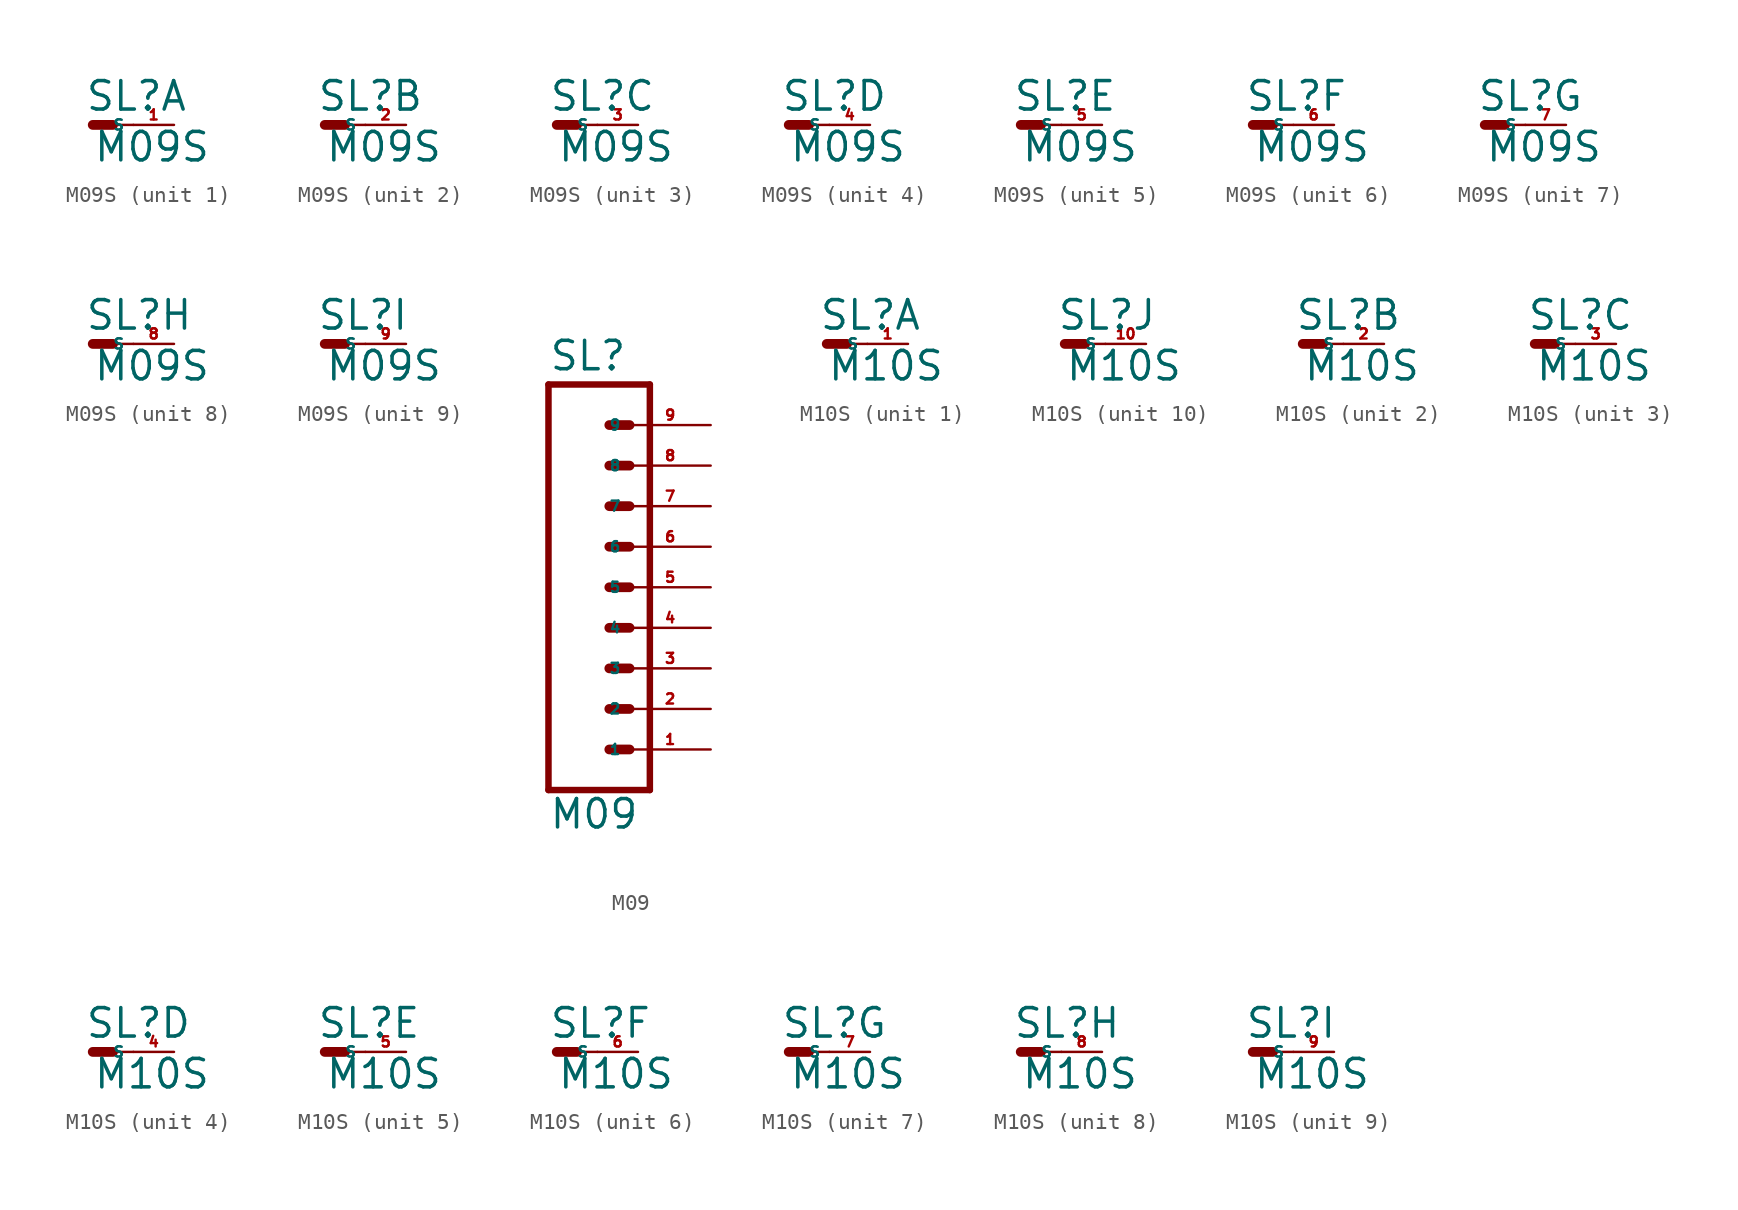
<source format=kicad_sym>
(kicad_symbol_lib
  (version 20220914)
  (generator Eagle2Kicad)
  (symbol "M09S"
    (property "Reference" "SL"
      (at -0.508 0.762 0)
      (effects (font (size 1.778 1.778) (thickness 0.22)) (justify left bottom)))
    (property "Value" "M09S"
      (at 0 -2.413 0)
      (effects (font (size 1.778 1.778) (thickness 0.22)) (justify left bottom)))
    (symbol "M09S_1_0"
      (polyline (pts (xy 0 0) (xy 1.27 0)) (stroke (width 0.61) (type default)) (fill (type none)))
      (polyline (pts (xy 1.27 0) (xy 2.54 0)) (stroke (width 0.152) (type default)) (fill (type none)))
      (pin passive line (at 5.08 0 180) (length 2.54) (name "S" (effects (font (size 0.635 0.635) (thickness 0.08)) (justify left bottom))) (number "1" (effects (font (size 0.635 0.635) (thickness 0.08)) (justify left bottom)))))
    (symbol "M09S_2_0"
      (polyline (pts (xy 0 0) (xy 1.27 0)) (stroke (width 0.61) (type default)) (fill (type none)))
      (polyline (pts (xy 1.27 0) (xy 2.54 0)) (stroke (width 0.152) (type default)) (fill (type none)))
      (pin passive line (at 5.08 0 180) (length 2.54) (name "S" (effects (font (size 0.635 0.635) (thickness 0.08)) (justify left bottom))) (number "2" (effects (font (size 0.635 0.635) (thickness 0.08)) (justify left bottom)))))
    (symbol "M09S_3_0"
      (polyline (pts (xy 0 0) (xy 1.27 0)) (stroke (width 0.61) (type default)) (fill (type none)))
      (polyline (pts (xy 1.27 0) (xy 2.54 0)) (stroke (width 0.152) (type default)) (fill (type none)))
      (pin passive line (at 5.08 0 180) (length 2.54) (name "S" (effects (font (size 0.635 0.635) (thickness 0.08)) (justify left bottom))) (number "3" (effects (font (size 0.635 0.635) (thickness 0.08)) (justify left bottom)))))
    (symbol "M09S_4_0"
      (polyline (pts (xy 0 0) (xy 1.27 0)) (stroke (width 0.61) (type default)) (fill (type none)))
      (polyline (pts (xy 1.27 0) (xy 2.54 0)) (stroke (width 0.152) (type default)) (fill (type none)))
      (pin passive line (at 5.08 0 180) (length 2.54) (name "S" (effects (font (size 0.635 0.635) (thickness 0.08)) (justify left bottom))) (number "4" (effects (font (size 0.635 0.635) (thickness 0.08)) (justify left bottom)))))
    (symbol "M09S_5_0"
      (polyline (pts (xy 0 0) (xy 1.27 0)) (stroke (width 0.61) (type default)) (fill (type none)))
      (polyline (pts (xy 1.27 0) (xy 2.54 0)) (stroke (width 0.152) (type default)) (fill (type none)))
      (pin passive line (at 5.08 0 180) (length 2.54) (name "S" (effects (font (size 0.635 0.635) (thickness 0.08)) (justify left bottom))) (number "5" (effects (font (size 0.635 0.635) (thickness 0.08)) (justify left bottom)))))
    (symbol "M09S_6_0"
      (polyline (pts (xy 0 0) (xy 1.27 0)) (stroke (width 0.61) (type default)) (fill (type none)))
      (polyline (pts (xy 1.27 0) (xy 2.54 0)) (stroke (width 0.152) (type default)) (fill (type none)))
      (pin passive line (at 5.08 0 180) (length 2.54) (name "S" (effects (font (size 0.635 0.635) (thickness 0.08)) (justify left bottom))) (number "6" (effects (font (size 0.635 0.635) (thickness 0.08)) (justify left bottom)))))
    (symbol "M09S_7_0"
      (polyline (pts (xy 0 0) (xy 1.27 0)) (stroke (width 0.61) (type default)) (fill (type none)))
      (polyline (pts (xy 1.27 0) (xy 2.54 0)) (stroke (width 0.152) (type default)) (fill (type none)))
      (pin passive line (at 5.08 0 180) (length 2.54) (name "S" (effects (font (size 0.635 0.635) (thickness 0.08)) (justify left bottom))) (number "7" (effects (font (size 0.635 0.635) (thickness 0.08)) (justify left bottom)))))
    (symbol "M09S_8_0"
      (polyline (pts (xy 0 0) (xy 1.27 0)) (stroke (width 0.61) (type default)) (fill (type none)))
      (polyline (pts (xy 1.27 0) (xy 2.54 0)) (stroke (width 0.152) (type default)) (fill (type none)))
      (pin passive line (at 5.08 0 180) (length 2.54) (name "S" (effects (font (size 0.635 0.635) (thickness 0.08)) (justify left bottom))) (number "8" (effects (font (size 0.635 0.635) (thickness 0.08)) (justify left bottom)))))
    (symbol "M09S_9_0"
      (polyline (pts (xy 0 0) (xy 1.27 0)) (stroke (width 0.61) (type default)) (fill (type none)))
      (polyline (pts (xy 1.27 0) (xy 2.54 0)) (stroke (width 0.152) (type default)) (fill (type none)))
      (pin passive line (at 5.08 0 180) (length 2.54) (name "S" (effects (font (size 0.635 0.635) (thickness 0.08)) (justify left bottom))) (number "9" (effects (font (size 0.635 0.635) (thickness 0.08)) (justify left bottom))))))
  (symbol "M09"
    (property "Reference" "SL"
      (at -5.08 13.462 0)
      (effects (font (size 1.778 1.778) (thickness 0.22)) (justify left bottom)))
    (property "Value" "M09"
      (at -5.08 -15.24 0)
      (effects (font (size 1.778 1.778) (thickness 0.22)) (justify left bottom)))
    (polyline
      (pts (xy 1.27 -12.7) (xy -5.08 -12.7))
      (stroke (width 0.406) (type default))
      (fill (type none)))
    (polyline
      (pts (xy -1.27 -5.08) (xy 0 -5.08))
      (stroke (width 0.61) (type default))
      (fill (type none)))
    (polyline
      (pts (xy -1.27 -7.62) (xy 0 -7.62))
      (stroke (width 0.61) (type default))
      (fill (type none)))
    (polyline
      (pts (xy -1.27 -10.16) (xy 0 -10.16))
      (stroke (width 0.61) (type default))
      (fill (type none)))
    (polyline
      (pts (xy -5.08 12.7) (xy -5.08 -12.7))
      (stroke (width 0.406) (type default))
      (fill (type none)))
    (polyline
      (pts (xy 1.27 -12.7) (xy 1.27 12.7))
      (stroke (width 0.406) (type default))
      (fill (type none)))
    (polyline
      (pts (xy -5.08 12.7) (xy 1.27 12.7))
      (stroke (width 0.406) (type default))
      (fill (type none)))
    (polyline
      (pts (xy -1.27 0) (xy 0 0))
      (stroke (width 0.61) (type default))
      (fill (type none)))
    (polyline
      (pts (xy -1.27 -2.54) (xy 0 -2.54))
      (stroke (width 0.61) (type default))
      (fill (type none)))
    (polyline
      (pts (xy -1.27 2.54) (xy 0 2.54))
      (stroke (width 0.61) (type default))
      (fill (type none)))
    (polyline
      (pts (xy -1.27 5.08) (xy 0 5.08))
      (stroke (width 0.61) (type default))
      (fill (type none)))
    (polyline
      (pts (xy -1.27 7.62) (xy 0 7.62))
      (stroke (width 0.61) (type default))
      (fill (type none)))
    (polyline
      (pts (xy -1.27 10.16) (xy 0 10.16))
      (stroke (width 0.61) (type default))
      (fill (type none)))
    (pin passive line
      (at 5.08 -10.16 180)
      (length 5.08)
      (name "1" (effects (font (size 0.635 0.635) (thickness 0.08)) (justify left bottom)))
      (number "1" (effects (font (size 0.635 0.635) (thickness 0.08)) (justify left bottom))))
    (pin passive line
      (at 5.08 -7.62 180)
      (length 5.08)
      (name "2" (effects (font (size 0.635 0.635) (thickness 0.08)) (justify left bottom)))
      (number "2" (effects (font (size 0.635 0.635) (thickness 0.08)) (justify left bottom))))
    (pin passive line
      (at 5.08 -5.08 180)
      (length 5.08)
      (name "3" (effects (font (size 0.635 0.635) (thickness 0.08)) (justify left bottom)))
      (number "3" (effects (font (size 0.635 0.635) (thickness 0.08)) (justify left bottom))))
    (pin passive line
      (at 5.08 -2.54 180)
      (length 5.08)
      (name "4" (effects (font (size 0.635 0.635) (thickness 0.08)) (justify left bottom)))
      (number "4" (effects (font (size 0.635 0.635) (thickness 0.08)) (justify left bottom))))
    (pin passive line
      (at 5.08 0 180)
      (length 5.08)
      (name "5" (effects (font (size 0.635 0.635) (thickness 0.08)) (justify left bottom)))
      (number "5" (effects (font (size 0.635 0.635) (thickness 0.08)) (justify left bottom))))
    (pin passive line
      (at 5.08 2.54 180)
      (length 5.08)
      (name "6" (effects (font (size 0.635 0.635) (thickness 0.08)) (justify left bottom)))
      (number "6" (effects (font (size 0.635 0.635) (thickness 0.08)) (justify left bottom))))
    (pin passive line
      (at 5.08 5.08 180)
      (length 5.08)
      (name "7" (effects (font (size 0.635 0.635) (thickness 0.08)) (justify left bottom)))
      (number "7" (effects (font (size 0.635 0.635) (thickness 0.08)) (justify left bottom))))
    (pin passive line
      (at 5.08 7.62 180)
      (length 5.08)
      (name "8" (effects (font (size 0.635 0.635) (thickness 0.08)) (justify left bottom)))
      (number "8" (effects (font (size 0.635 0.635) (thickness 0.08)) (justify left bottom))))
    (pin passive line
      (at 5.08 10.16 180)
      (length 5.08)
      (name "9" (effects (font (size 0.635 0.635) (thickness 0.08)) (justify left bottom)))
      (number "9" (effects (font (size 0.635 0.635) (thickness 0.08)) (justify left bottom)))))
  (symbol "M10S"
    (property "Reference" "SL"
      (at -0.508 0.762 0)
      (effects (font (size 1.778 1.778) (thickness 0.22)) (justify left bottom)))
    (property "Value" "M10S"
      (at 0 -2.413 0)
      (effects (font (size 1.778 1.778) (thickness 0.22)) (justify left bottom)))
    (symbol "M10S_1_0"
      (polyline (pts (xy 0 0) (xy 1.27 0)) (stroke (width 0.61) (type default)) (fill (type none)))
      (polyline (pts (xy 1.27 0) (xy 2.54 0)) (stroke (width 0.152) (type default)) (fill (type none)))
      (pin passive line (at 5.08 0 180) (length 2.54) (name "S" (effects (font (size 0.635 0.635) (thickness 0.08)) (justify left bottom))) (number "1" (effects (font (size 0.635 0.635) (thickness 0.08)) (justify left bottom)))))
    (symbol "M10S_2_0"
      (polyline (pts (xy 0 0) (xy 1.27 0)) (stroke (width 0.61) (type default)) (fill (type none)))
      (polyline (pts (xy 1.27 0) (xy 2.54 0)) (stroke (width 0.152) (type default)) (fill (type none)))
      (pin passive line (at 5.08 0 180) (length 2.54) (name "S" (effects (font (size 0.635 0.635) (thickness 0.08)) (justify left bottom))) (number "2" (effects (font (size 0.635 0.635) (thickness 0.08)) (justify left bottom)))))
    (symbol "M10S_3_0"
      (polyline (pts (xy 0 0) (xy 1.27 0)) (stroke (width 0.61) (type default)) (fill (type none)))
      (polyline (pts (xy 1.27 0) (xy 2.54 0)) (stroke (width 0.152) (type default)) (fill (type none)))
      (pin passive line (at 5.08 0 180) (length 2.54) (name "S" (effects (font (size 0.635 0.635) (thickness 0.08)) (justify left bottom))) (number "3" (effects (font (size 0.635 0.635) (thickness 0.08)) (justify left bottom)))))
    (symbol "M10S_4_0"
      (polyline (pts (xy 0 0) (xy 1.27 0)) (stroke (width 0.61) (type default)) (fill (type none)))
      (polyline (pts (xy 1.27 0) (xy 2.54 0)) (stroke (width 0.152) (type default)) (fill (type none)))
      (pin passive line (at 5.08 0 180) (length 2.54) (name "S" (effects (font (size 0.635 0.635) (thickness 0.08)) (justify left bottom))) (number "4" (effects (font (size 0.635 0.635) (thickness 0.08)) (justify left bottom)))))
    (symbol "M10S_5_0"
      (polyline (pts (xy 0 0) (xy 1.27 0)) (stroke (width 0.61) (type default)) (fill (type none)))
      (polyline (pts (xy 1.27 0) (xy 2.54 0)) (stroke (width 0.152) (type default)) (fill (type none)))
      (pin passive line (at 5.08 0 180) (length 2.54) (name "S" (effects (font (size 0.635 0.635) (thickness 0.08)) (justify left bottom))) (number "5" (effects (font (size 0.635 0.635) (thickness 0.08)) (justify left bottom)))))
    (symbol "M10S_6_0"
      (polyline (pts (xy 0 0) (xy 1.27 0)) (stroke (width 0.61) (type default)) (fill (type none)))
      (polyline (pts (xy 1.27 0) (xy 2.54 0)) (stroke (width 0.152) (type default)) (fill (type none)))
      (pin passive line (at 5.08 0 180) (length 2.54) (name "S" (effects (font (size 0.635 0.635) (thickness 0.08)) (justify left bottom))) (number "6" (effects (font (size 0.635 0.635) (thickness 0.08)) (justify left bottom)))))
    (symbol "M10S_7_0"
      (polyline (pts (xy 0 0) (xy 1.27 0)) (stroke (width 0.61) (type default)) (fill (type none)))
      (polyline (pts (xy 1.27 0) (xy 2.54 0)) (stroke (width 0.152) (type default)) (fill (type none)))
      (pin passive line (at 5.08 0 180) (length 2.54) (name "S" (effects (font (size 0.635 0.635) (thickness 0.08)) (justify left bottom))) (number "7" (effects (font (size 0.635 0.635) (thickness 0.08)) (justify left bottom)))))
    (symbol "M10S_8_0"
      (polyline (pts (xy 0 0) (xy 1.27 0)) (stroke (width 0.61) (type default)) (fill (type none)))
      (polyline (pts (xy 1.27 0) (xy 2.54 0)) (stroke (width 0.152) (type default)) (fill (type none)))
      (pin passive line (at 5.08 0 180) (length 2.54) (name "S" (effects (font (size 0.635 0.635) (thickness 0.08)) (justify left bottom))) (number "8" (effects (font (size 0.635 0.635) (thickness 0.08)) (justify left bottom)))))
    (symbol "M10S_9_0"
      (polyline (pts (xy 0 0) (xy 1.27 0)) (stroke (width 0.61) (type default)) (fill (type none)))
      (polyline (pts (xy 1.27 0) (xy 2.54 0)) (stroke (width 0.152) (type default)) (fill (type none)))
      (pin passive line (at 5.08 0 180) (length 2.54) (name "S" (effects (font (size 0.635 0.635) (thickness 0.08)) (justify left bottom))) (number "9" (effects (font (size 0.635 0.635) (thickness 0.08)) (justify left bottom)))))
    (symbol "M10S_10_0"
      (polyline (pts (xy 0 0) (xy 1.27 0)) (stroke (width 0.61) (type default)) (fill (type none)))
      (polyline (pts (xy 1.27 0) (xy 2.54 0)) (stroke (width 0.152) (type default)) (fill (type none)))
      (pin passive line (at 5.08 0 180) (length 2.54) (name "S" (effects (font (size 0.635 0.635) (thickness 0.08)) (justify left bottom))) (number "10" (effects (font (size 0.635 0.635) (thickness 0.08)) (justify left bottom)))))))
</source>
